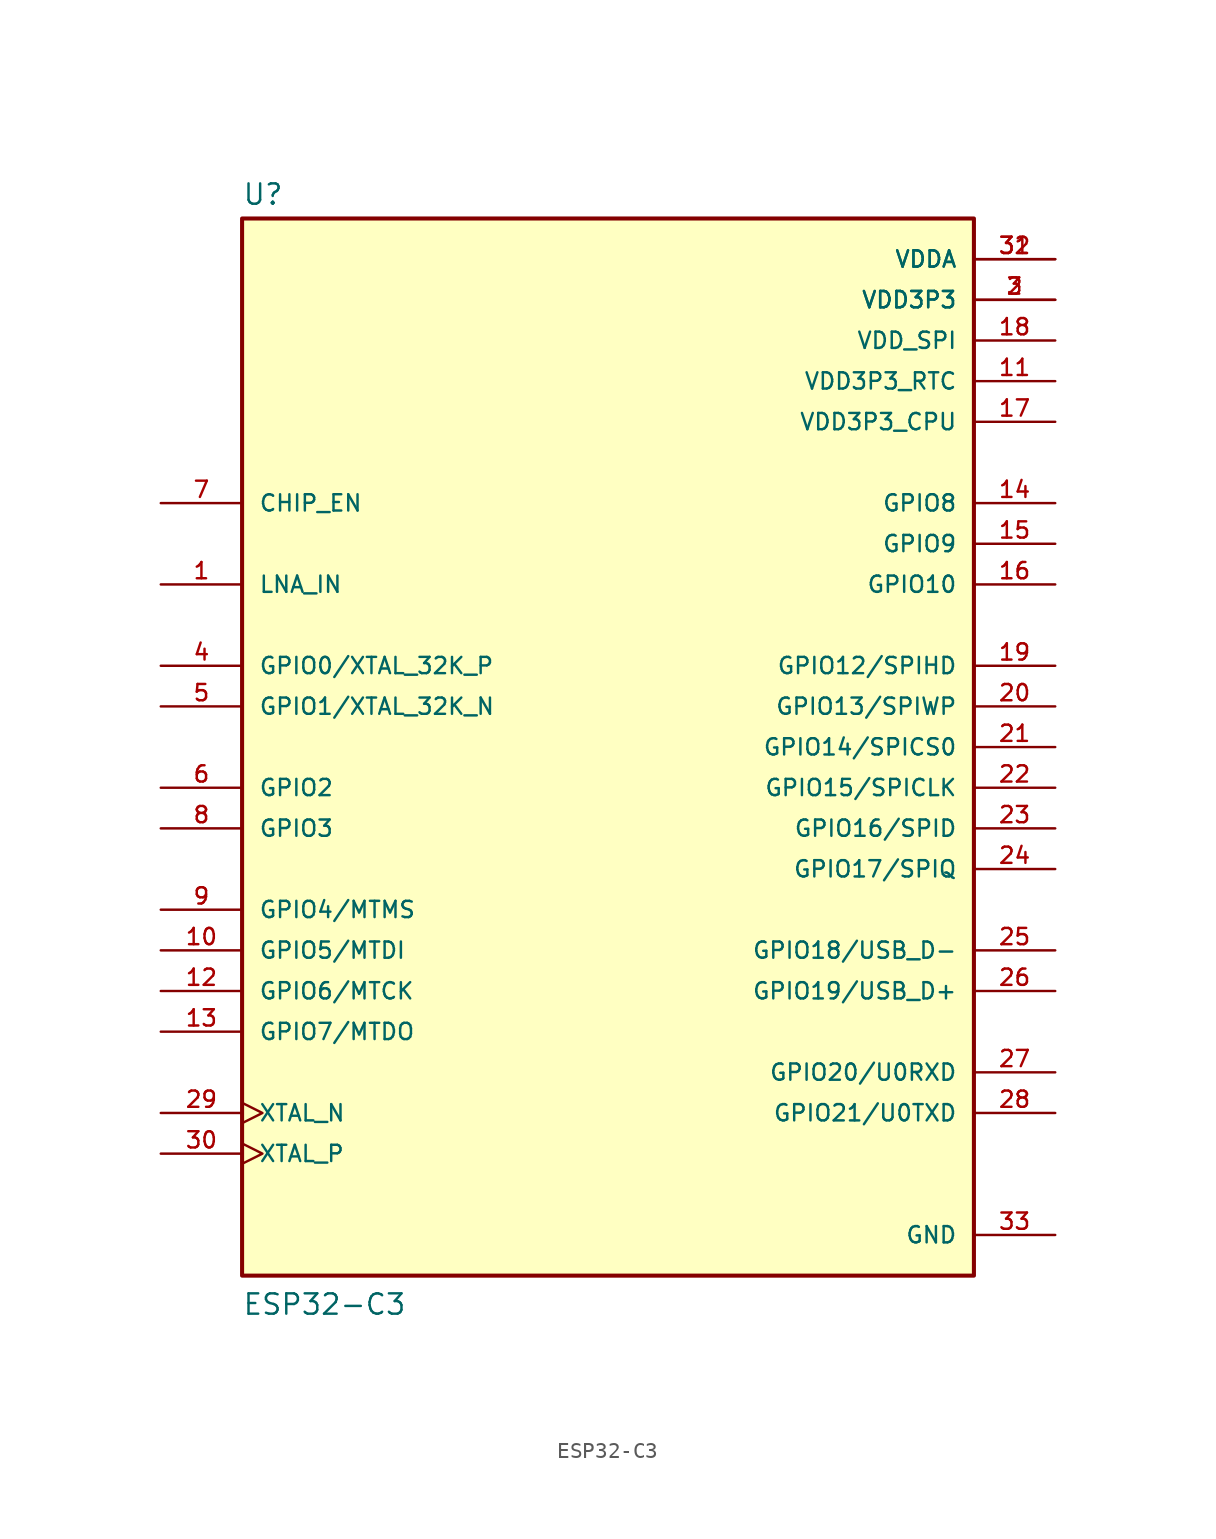
<source format=kicad_sym>
(kicad_symbol_lib
  (version 20211014)
  (generator kicad_symbol_editor)
  (symbol "ESP32-C3"
    (pin_names
      (offset 1.016))
    (property "Reference" "U"
      (at -22.86 33.782 0)
      (effects (font (size 1.27 1.27)) (justify bottom left)))
    (property "Value" "ESP32-C3"
      (at -22.86 -35.56 0)
      (effects (font (size 1.27 1.27)) (justify bottom left)))
    (symbol "ESP32-C3_0_0"
      (rectangle (start -22.86 -33.02) (end 22.86 33.02) (stroke (width 0.254)) (fill (type background)))
      (pin input line (at -27.94 10.16 0) (length 5.08) (name "LNA_IN" (effects (font (size 1.016 1.016)))) (number "1" (effects (font (size 1.016 1.016)))))
      (pin power_in line (at 27.94 27.94 180.0) (length 5.08) (name "VDD3P3" (effects (font (size 1.016 1.016)))) (number "2" (effects (font (size 1.016 1.016)))))
      (pin power_in line (at 27.94 27.94 180.0) (length 5.08) (name "VDD3P3" (effects (font (size 1.016 1.016)))) (number "3" (effects (font (size 1.016 1.016)))))
      (pin bidirectional line (at -27.94 5.08 0) (length 5.08) (name "GPIO0/XTAL_32K_P" (effects (font (size 1.016 1.016)))) (number "4" (effects (font (size 1.016 1.016)))))
      (pin bidirectional line (at -27.94 2.54 0) (length 5.08) (name "GPIO1/XTAL_32K_N" (effects (font (size 1.016 1.016)))) (number "5" (effects (font (size 1.016 1.016)))))
      (pin bidirectional line (at -27.94 -2.54 0) (length 5.08) (name "GPIO2" (effects (font (size 1.016 1.016)))) (number "6" (effects (font (size 1.016 1.016)))))
      (pin input line (at -27.94 15.24 0) (length 5.08) (name "CHIP_EN" (effects (font (size 1.016 1.016)))) (number "7" (effects (font (size 1.016 1.016)))))
      (pin bidirectional line (at -27.94 -5.08 0) (length 5.08) (name "GPIO3" (effects (font (size 1.016 1.016)))) (number "8" (effects (font (size 1.016 1.016)))))
      (pin bidirectional line (at -27.94 -10.16 0) (length 5.08) (name "GPIO4/MTMS" (effects (font (size 1.016 1.016)))) (number "9" (effects (font (size 1.016 1.016)))))
      (pin bidirectional line (at -27.94 -12.7 0) (length 5.08) (name "GPIO5/MTDI" (effects (font (size 1.016 1.016)))) (number "10" (effects (font (size 1.016 1.016)))))
      (pin power_in line (at 27.94 22.86 180.0) (length 5.08) (name "VDD3P3_RTC" (effects (font (size 1.016 1.016)))) (number "11" (effects (font (size 1.016 1.016)))))
      (pin bidirectional line (at -27.94 -15.24 0) (length 5.08) (name "GPIO6/MTCK" (effects (font (size 1.016 1.016)))) (number "12" (effects (font (size 1.016 1.016)))))
      (pin bidirectional line (at -27.94 -17.78 0) (length 5.08) (name "GPIO7/MTDO" (effects (font (size 1.016 1.016)))) (number "13" (effects (font (size 1.016 1.016)))))
      (pin bidirectional line (at 27.94 15.24 180.0) (length 5.08) (name "GPIO8" (effects (font (size 1.016 1.016)))) (number "14" (effects (font (size 1.016 1.016)))))
      (pin bidirectional line (at 27.94 12.7 180.0) (length 5.08) (name "GPIO9" (effects (font (size 1.016 1.016)))) (number "15" (effects (font (size 1.016 1.016)))))
      (pin bidirectional line (at 27.94 10.16 180.0) (length 5.08) (name "GPIO10" (effects (font (size 1.016 1.016)))) (number "16" (effects (font (size 1.016 1.016)))))
      (pin power_in line (at 27.94 20.32 180.0) (length 5.08) (name "VDD3P3_CPU" (effects (font (size 1.016 1.016)))) (number "17" (effects (font (size 1.016 1.016)))))
      (pin power_in line (at 27.94 25.4 180.0) (length 5.08) (name "VDD_SPI" (effects (font (size 1.016 1.016)))) (number "18" (effects (font (size 1.016 1.016)))))
      (pin bidirectional line (at 27.94 5.08 180.0) (length 5.08) (name "GPIO12/SPIHD" (effects (font (size 1.016 1.016)))) (number "19" (effects (font (size 1.016 1.016)))))
      (pin bidirectional line (at 27.94 2.54 180.0) (length 5.08) (name "GPIO13/SPIWP" (effects (font (size 1.016 1.016)))) (number "20" (effects (font (size 1.016 1.016)))))
      (pin bidirectional line (at 27.94 0.0 180.0) (length 5.08) (name "GPIO14/SPICS0" (effects (font (size 1.016 1.016)))) (number "21" (effects (font (size 1.016 1.016)))))
      (pin bidirectional line (at 27.94 -2.54 180.0) (length 5.08) (name "GPIO15/SPICLK" (effects (font (size 1.016 1.016)))) (number "22" (effects (font (size 1.016 1.016)))))
      (pin bidirectional line (at 27.94 -5.08 180.0) (length 5.08) (name "GPIO16/SPID" (effects (font (size 1.016 1.016)))) (number "23" (effects (font (size 1.016 1.016)))))
      (pin bidirectional line (at 27.94 -7.62 180.0) (length 5.08) (name "GPIO17/SPIQ" (effects (font (size 1.016 1.016)))) (number "24" (effects (font (size 1.016 1.016)))))
      (pin bidirectional line (at 27.94 -12.7 180.0) (length 5.08) (name "GPIO18/USB_D-" (effects (font (size 1.016 1.016)))) (number "25" (effects (font (size 1.016 1.016)))))
      (pin bidirectional line (at 27.94 -15.24 180.0) (length 5.08) (name "GPIO19/USB_D+" (effects (font (size 1.016 1.016)))) (number "26" (effects (font (size 1.016 1.016)))))
      (pin bidirectional line (at 27.94 -20.32 180.0) (length 5.08) (name "GPIO20/U0RXD" (effects (font (size 1.016 1.016)))) (number "27" (effects (font (size 1.016 1.016)))))
      (pin bidirectional line (at 27.94 -22.86 180.0) (length 5.08) (name "GPIO21/U0TXD" (effects (font (size 1.016 1.016)))) (number "28" (effects (font (size 1.016 1.016)))))
      (pin input clock (at -27.94 -22.86 0) (length 5.08) (name "XTAL_N" (effects (font (size 1.016 1.016)))) (number "29" (effects (font (size 1.016 1.016)))))
      (pin input clock (at -27.94 -25.4 0) (length 5.08) (name "XTAL_P" (effects (font (size 1.016 1.016)))) (number "30" (effects (font (size 1.016 1.016)))))
      (pin power_in line (at 27.94 30.48 180.0) (length 5.08) (name "VDDA" (effects (font (size 1.016 1.016)))) (number "31" (effects (font (size 1.016 1.016)))))
      (pin power_in line (at 27.94 30.48 180.0) (length 5.08) (name "VDDA" (effects (font (size 1.016 1.016)))) (number "32" (effects (font (size 1.016 1.016)))))
      (pin power_in line (at 27.94 -30.48 180.0) (length 5.08) (name "GND" (effects (font (size 1.016 1.016)))) (number "33" (effects (font (size 1.016 1.016))))))))
</source>
